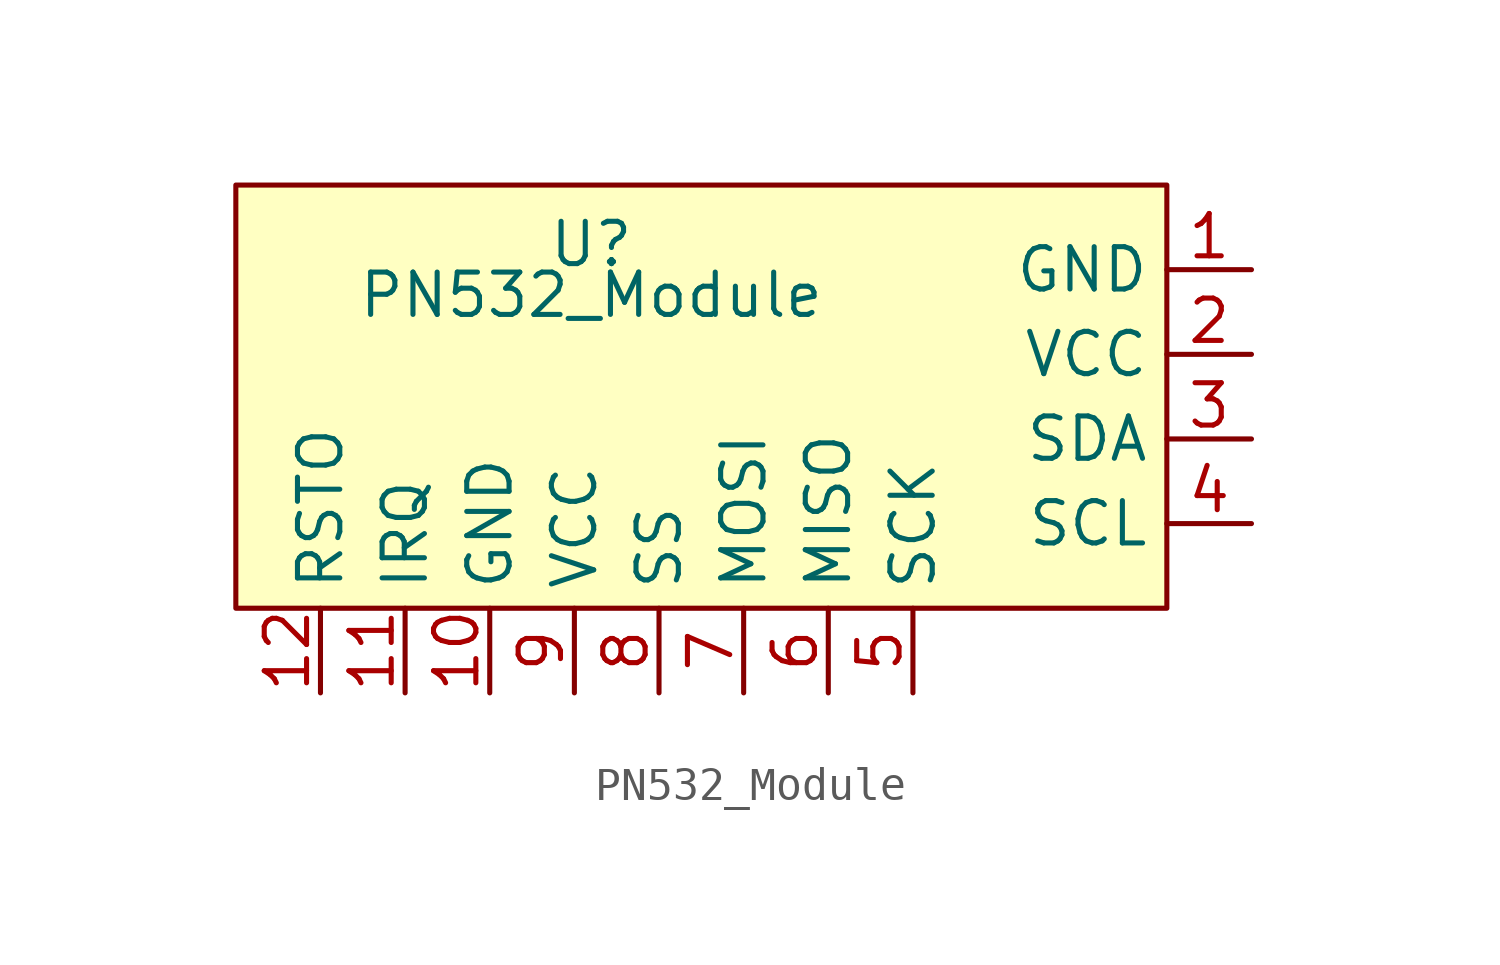
<source format=kicad_sym>
(kicad_symbol_lib
  (version 20241209)
  (generator "kicad_symbol_editor")
  (generator_version "9.0")
  (symbol "PN532_Module"
    (property "Reference" "U"
      (at -7.112 0.762 0)
      (effects (font (size 1.27 1.27))))
    (property "Value" "PN532_Module"
      (at -7.112 -0.762 0)
      (effects (font (size 1.27 1.27))))
    (symbol "PN532_Module_1_1"
      (rectangle (start -17.78 2.54) (end 10.16 -10.16) (stroke (width 0) (type solid)) (fill (type background)))
      (pin input line (at -15.24 -12.7 90) (length 2.54) (name "RSTO" (effects (font (size 1.27 1.27)))) (number "12" (effects (font (size 1.27 1.27)))))
      (pin input line (at -12.7 -12.7 90) (length 2.54) (name "IRQ" (effects (font (size 1.27 1.27)))) (number "11" (effects (font (size 1.27 1.27)))))
      (pin input line (at -10.16 -12.7 90) (length 2.54) (name "GND" (effects (font (size 1.27 1.27)))) (number "10" (effects (font (size 1.27 1.27)))))
      (pin input line (at -7.62 -12.7 90) (length 2.54) (name "VCC" (effects (font (size 1.27 1.27)))) (number "9" (effects (font (size 1.27 1.27)))))
      (pin input line (at -5.08 -12.7 90) (length 2.54) (name "SS" (effects (font (size 1.27 1.27)))) (number "8" (effects (font (size 1.27 1.27)))))
      (pin input line (at -2.54 -12.7 90) (length 2.54) (name "MOSI" (effects (font (size 1.27 1.27)))) (number "7" (effects (font (size 1.27 1.27)))))
      (pin input line (at 0 -12.7 90) (length 2.54) (name "MISO" (effects (font (size 1.27 1.27)))) (number "6" (effects (font (size 1.27 1.27)))))
      (pin input line (at 2.54 -12.7 90) (length 2.54) (name "SCK" (effects (font (size 1.27 1.27)))) (number "5" (effects (font (size 1.27 1.27)))))
      (pin input line (at 12.7 0 180) (length 2.54) (name "GND" (effects (font (size 1.27 1.27)))) (number "1" (effects (font (size 1.27 1.27)))))
      (pin input line (at 12.7 -2.54 180) (length 2.54) (name "VCC" (effects (font (size 1.27 1.27)))) (number "2" (effects (font (size 1.27 1.27)))))
      (pin input line (at 12.7 -5.08 180) (length 2.54) (name "SDA" (effects (font (size 1.27 1.27)))) (number "3" (effects (font (size 1.27 1.27)))))
      (pin input line (at 12.7 -7.62 180) (length 2.54) (name "SCL" (effects (font (size 1.27 1.27)))) (number "4" (effects (font (size 1.27 1.27))))))))
</source>
